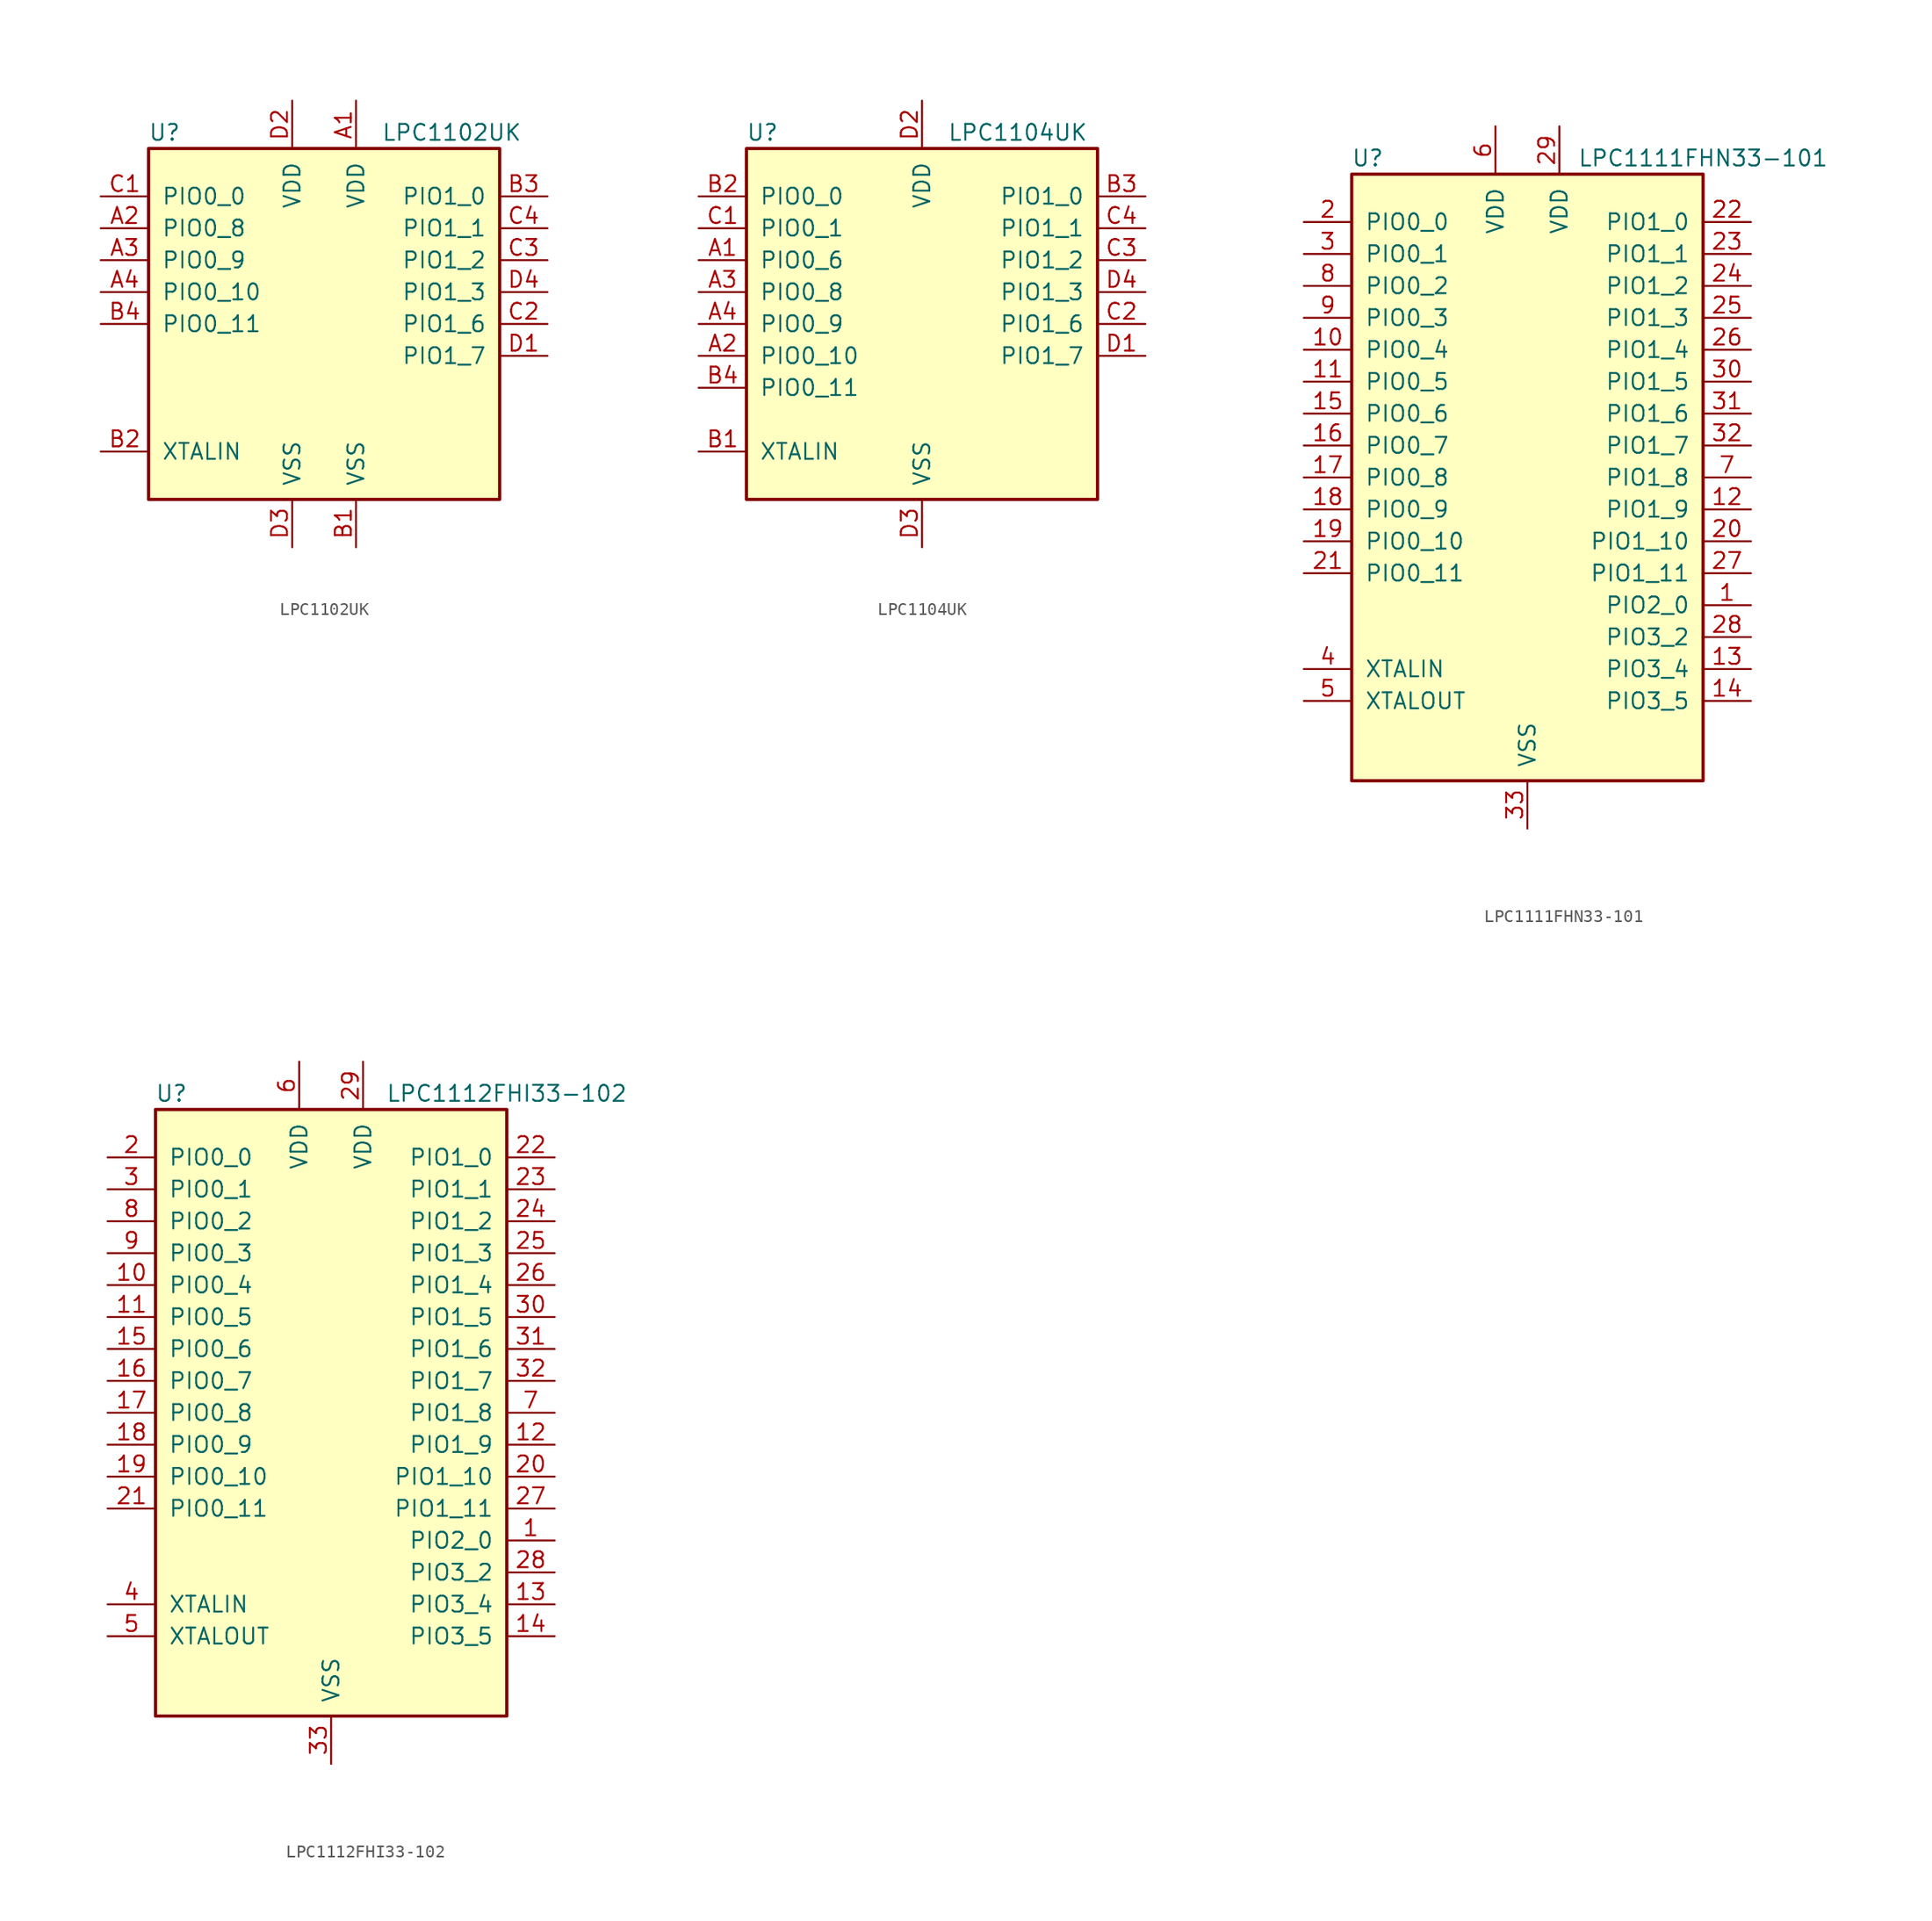
<source format=kicad_sym>
(kicad_symbol_lib
  (version 20201005)
  (generator kicad_symbol_editor)
  (symbol "LPC1102UK"
    (pin_names
      (offset 1.016))
    (property "Reference" "U"
      (at -12.7 15.24 0)
      (effects (font (size 1.27 1.27))))
    (property "Value" "LPC1102UK"
      (at 10.16 15.24 0)
      (effects (font (size 1.27 1.27))))
    (symbol "LPC1102UK_0_1"
      (rectangle (start -13.97 13.97) (end 13.97 -13.97) (stroke (width 0.254)) (fill (type background))))
    (symbol "LPC1102UK_1_1"
      (pin power_in line (at 2.54 17.78 270) (length 3.81) (name "VDD" (effects (font (size 1.27 1.27)))) (number "A1" (effects (font (size 1.27 1.27)))))
      (pin bidirectional line (at -17.78 7.62 0) (length 3.81) (name "PIO0_8" (effects (font (size 1.27 1.27)))) (number "A2" (effects (font (size 1.27 1.27)))))
      (pin bidirectional line (at -17.78 5.08 0) (length 3.81) (name "PIO0_9" (effects (font (size 1.27 1.27)))) (number "A3" (effects (font (size 1.27 1.27)))))
      (pin bidirectional line (at -17.78 2.54 0) (length 3.81) (name "PIO0_10" (effects (font (size 1.27 1.27)))) (number "A4" (effects (font (size 1.27 1.27)))))
      (pin power_in line (at 2.54 -17.78 90) (length 3.81) (name "VSS" (effects (font (size 1.27 1.27)))) (number "B1" (effects (font (size 1.27 1.27)))))
      (pin input line (at -17.78 -10.16 0) (length 3.81) (name "XTALIN" (effects (font (size 1.27 1.27)))) (number "B2" (effects (font (size 1.27 1.27)))))
      (pin bidirectional line (at 17.78 10.16 180) (length 3.81) (name "PIO1_0" (effects (font (size 1.27 1.27)))) (number "B3" (effects (font (size 1.27 1.27)))))
      (pin bidirectional line (at -17.78 0 0) (length 3.81) (name "PIO0_11" (effects (font (size 1.27 1.27)))) (number "B4" (effects (font (size 1.27 1.27)))))
      (pin bidirectional line (at -17.78 10.16 0) (length 3.81) (name "PIO0_0" (effects (font (size 1.27 1.27)))) (number "C1" (effects (font (size 1.27 1.27)))))
      (pin bidirectional line (at 17.78 0 180) (length 3.81) (name "PIO1_6" (effects (font (size 1.27 1.27)))) (number "C2" (effects (font (size 1.27 1.27)))))
      (pin bidirectional line (at 17.78 5.08 180) (length 3.81) (name "PIO1_2" (effects (font (size 1.27 1.27)))) (number "C3" (effects (font (size 1.27 1.27)))))
      (pin bidirectional line (at 17.78 7.62 180) (length 3.81) (name "PIO1_1" (effects (font (size 1.27 1.27)))) (number "C4" (effects (font (size 1.27 1.27)))))
      (pin bidirectional line (at 17.78 -2.54 180) (length 3.81) (name "PIO1_7" (effects (font (size 1.27 1.27)))) (number "D1" (effects (font (size 1.27 1.27)))))
      (pin power_in line (at -2.54 17.78 270) (length 3.81) (name "VDD" (effects (font (size 1.27 1.27)))) (number "D2" (effects (font (size 1.27 1.27)))))
      (pin power_in line (at -2.54 -17.78 90) (length 3.81) (name "VSS" (effects (font (size 1.27 1.27)))) (number "D3" (effects (font (size 1.27 1.27)))))
      (pin bidirectional line (at 17.78 2.54 180) (length 3.81) (name "PIO1_3" (effects (font (size 1.27 1.27)))) (number "D4" (effects (font (size 1.27 1.27)))))))
  (symbol "LPC1104UK"
    (pin_names
      (offset 1.016))
    (property "Reference" "U"
      (at -12.7 15.24 0)
      (effects (font (size 1.27 1.27))))
    (property "Value" "LPC1104UK"
      (at 7.62 15.24 0)
      (effects (font (size 1.27 1.27))))
    (symbol "LPC1104UK_0_1"
      (rectangle (start -13.97 13.97) (end 13.97 -13.97) (stroke (width 0.254)) (fill (type background))))
    (symbol "LPC1104UK_1_1"
      (pin bidirectional line (at -17.78 5.08 0) (length 3.81) (name "PIO0_6" (effects (font (size 1.27 1.27)))) (number "A1" (effects (font (size 1.27 1.27)))))
      (pin bidirectional line (at -17.78 -2.54 0) (length 3.81) (name "PIO0_10" (effects (font (size 1.27 1.27)))) (number "A2" (effects (font (size 1.27 1.27)))))
      (pin bidirectional line (at -17.78 2.54 0) (length 3.81) (name "PIO0_8" (effects (font (size 1.27 1.27)))) (number "A3" (effects (font (size 1.27 1.27)))))
      (pin bidirectional line (at -17.78 0 0) (length 3.81) (name "PIO0_9" (effects (font (size 1.27 1.27)))) (number "A4" (effects (font (size 1.27 1.27)))))
      (pin input line (at -17.78 -10.16 0) (length 3.81) (name "XTALIN" (effects (font (size 1.27 1.27)))) (number "B1" (effects (font (size 1.27 1.27)))))
      (pin bidirectional line (at -17.78 10.16 0) (length 3.81) (name "PIO0_0" (effects (font (size 1.27 1.27)))) (number "B2" (effects (font (size 1.27 1.27)))))
      (pin bidirectional line (at 17.78 10.16 180) (length 3.81) (name "PIO1_0" (effects (font (size 1.27 1.27)))) (number "B3" (effects (font (size 1.27 1.27)))))
      (pin bidirectional line (at -17.78 -5.08 0) (length 3.81) (name "PIO0_11" (effects (font (size 1.27 1.27)))) (number "B4" (effects (font (size 1.27 1.27)))))
      (pin bidirectional line (at -17.78 7.62 0) (length 3.81) (name "PIO0_1" (effects (font (size 1.27 1.27)))) (number "C1" (effects (font (size 1.27 1.27)))))
      (pin bidirectional line (at 17.78 0 180) (length 3.81) (name "PIO1_6" (effects (font (size 1.27 1.27)))) (number "C2" (effects (font (size 1.27 1.27)))))
      (pin bidirectional line (at 17.78 5.08 180) (length 3.81) (name "PIO1_2" (effects (font (size 1.27 1.27)))) (number "C3" (effects (font (size 1.27 1.27)))))
      (pin bidirectional line (at 17.78 7.62 180) (length 3.81) (name "PIO1_1" (effects (font (size 1.27 1.27)))) (number "C4" (effects (font (size 1.27 1.27)))))
      (pin bidirectional line (at 17.78 -2.54 180) (length 3.81) (name "PIO1_7" (effects (font (size 1.27 1.27)))) (number "D1" (effects (font (size 1.27 1.27)))))
      (pin power_in line (at 0 17.78 270) (length 3.81) (name "VDD" (effects (font (size 1.27 1.27)))) (number "D2" (effects (font (size 1.27 1.27)))))
      (pin power_in line (at 0 -17.78 90) (length 3.81) (name "VSS" (effects (font (size 1.27 1.27)))) (number "D3" (effects (font (size 1.27 1.27)))))
      (pin bidirectional line (at 17.78 2.54 180) (length 3.81) (name "PIO1_3" (effects (font (size 1.27 1.27)))) (number "D4" (effects (font (size 1.27 1.27)))))))
  (symbol "LPC1111FHN33-101"
    (pin_names
      (offset 1.016))
    (property "Reference" "U"
      (at -12.7 25.4 0)
      (effects (font (size 1.27 1.27))))
    (property "Value" "LPC1111FHN33-101"
      (at 13.97 25.4 0)
      (effects (font (size 1.27 1.27))))
    (symbol "LPC1111FHN33-101_0_1"
      (rectangle (start -13.97 24.13) (end 13.97 -24.13) (stroke (width 0.254)) (fill (type background))))
    (symbol "LPC1111FHN33-101_1_1"
      (pin bidirectional line (at 17.78 -10.16 180) (length 3.81) (name "PIO2_0" (effects (font (size 1.27 1.27)))) (number "1" (effects (font (size 1.27 1.27)))))
      (pin bidirectional line (at -17.78 10.16 0) (length 3.81) (name "PIO0_4" (effects (font (size 1.27 1.27)))) (number "10" (effects (font (size 1.27 1.27)))))
      (pin bidirectional line (at -17.78 7.62 0) (length 3.81) (name "PIO0_5" (effects (font (size 1.27 1.27)))) (number "11" (effects (font (size 1.27 1.27)))))
      (pin bidirectional line (at 17.78 -2.54 180) (length 3.81) (name "PIO1_9" (effects (font (size 1.27 1.27)))) (number "12" (effects (font (size 1.27 1.27)))))
      (pin bidirectional line (at 17.78 -15.24 180) (length 3.81) (name "PIO3_4" (effects (font (size 1.27 1.27)))) (number "13" (effects (font (size 1.27 1.27)))))
      (pin bidirectional line (at 17.78 -17.78 180) (length 3.81) (name "PIO3_5" (effects (font (size 1.27 1.27)))) (number "14" (effects (font (size 1.27 1.27)))))
      (pin bidirectional line (at -17.78 5.08 0) (length 3.81) (name "PIO0_6" (effects (font (size 1.27 1.27)))) (number "15" (effects (font (size 1.27 1.27)))))
      (pin bidirectional line (at -17.78 2.54 0) (length 3.81) (name "PIO0_7" (effects (font (size 1.27 1.27)))) (number "16" (effects (font (size 1.27 1.27)))))
      (pin bidirectional line (at -17.78 0 0) (length 3.81) (name "PIO0_8" (effects (font (size 1.27 1.27)))) (number "17" (effects (font (size 1.27 1.27)))))
      (pin bidirectional line (at -17.78 -2.54 0) (length 3.81) (name "PIO0_9" (effects (font (size 1.27 1.27)))) (number "18" (effects (font (size 1.27 1.27)))))
      (pin bidirectional line (at -17.78 -5.08 0) (length 3.81) (name "PIO0_10" (effects (font (size 1.27 1.27)))) (number "19" (effects (font (size 1.27 1.27)))))
      (pin bidirectional line (at -17.78 20.32 0) (length 3.81) (name "PIO0_0" (effects (font (size 1.27 1.27)))) (number "2" (effects (font (size 1.27 1.27)))))
      (pin bidirectional line (at 17.78 -5.08 180) (length 3.81) (name "PIO1_10" (effects (font (size 1.27 1.27)))) (number "20" (effects (font (size 1.27 1.27)))))
      (pin bidirectional line (at -17.78 -7.62 0) (length 3.81) (name "PIO0_11" (effects (font (size 1.27 1.27)))) (number "21" (effects (font (size 1.27 1.27)))))
      (pin bidirectional line (at 17.78 20.32 180) (length 3.81) (name "PIO1_0" (effects (font (size 1.27 1.27)))) (number "22" (effects (font (size 1.27 1.27)))))
      (pin bidirectional line (at 17.78 17.78 180) (length 3.81) (name "PIO1_1" (effects (font (size 1.27 1.27)))) (number "23" (effects (font (size 1.27 1.27)))))
      (pin bidirectional line (at 17.78 15.24 180) (length 3.81) (name "PIO1_2" (effects (font (size 1.27 1.27)))) (number "24" (effects (font (size 1.27 1.27)))))
      (pin bidirectional line (at 17.78 12.7 180) (length 3.81) (name "PIO1_3" (effects (font (size 1.27 1.27)))) (number "25" (effects (font (size 1.27 1.27)))))
      (pin bidirectional line (at 17.78 10.16 180) (length 3.81) (name "PIO1_4" (effects (font (size 1.27 1.27)))) (number "26" (effects (font (size 1.27 1.27)))))
      (pin bidirectional line (at 17.78 -7.62 180) (length 3.81) (name "PIO1_11" (effects (font (size 1.27 1.27)))) (number "27" (effects (font (size 1.27 1.27)))))
      (pin bidirectional line (at 17.78 -12.7 180) (length 3.81) (name "PIO3_2" (effects (font (size 1.27 1.27)))) (number "28" (effects (font (size 1.27 1.27)))))
      (pin power_in line (at 2.54 27.94 270) (length 3.81) (name "VDD" (effects (font (size 1.27 1.27)))) (number "29" (effects (font (size 1.27 1.27)))))
      (pin bidirectional line (at -17.78 17.78 0) (length 3.81) (name "PIO0_1" (effects (font (size 1.27 1.27)))) (number "3" (effects (font (size 1.27 1.27)))))
      (pin bidirectional line (at 17.78 7.62 180) (length 3.81) (name "PIO1_5" (effects (font (size 1.27 1.27)))) (number "30" (effects (font (size 1.27 1.27)))))
      (pin bidirectional line (at 17.78 5.08 180) (length 3.81) (name "PIO1_6" (effects (font (size 1.27 1.27)))) (number "31" (effects (font (size 1.27 1.27)))))
      (pin bidirectional line (at 17.78 2.54 180) (length 3.81) (name "PIO1_7" (effects (font (size 1.27 1.27)))) (number "32" (effects (font (size 1.27 1.27)))))
      (pin power_in line (at 0 -27.94 90) (length 3.81) (name "VSS" (effects (font (size 1.27 1.27)))) (number "33" (effects (font (size 1.27 1.27)))))
      (pin input line (at -17.78 -15.24 0) (length 3.81) (name "XTALIN" (effects (font (size 1.27 1.27)))) (number "4" (effects (font (size 1.27 1.27)))))
      (pin output line (at -17.78 -17.78 0) (length 3.81) (name "XTALOUT" (effects (font (size 1.27 1.27)))) (number "5" (effects (font (size 1.27 1.27)))))
      (pin power_in line (at -2.54 27.94 270) (length 3.81) (name "VDD" (effects (font (size 1.27 1.27)))) (number "6" (effects (font (size 1.27 1.27)))))
      (pin bidirectional line (at 17.78 0 180) (length 3.81) (name "PIO1_8" (effects (font (size 1.27 1.27)))) (number "7" (effects (font (size 1.27 1.27)))))
      (pin bidirectional line (at -17.78 15.24 0) (length 3.81) (name "PIO0_2" (effects (font (size 1.27 1.27)))) (number "8" (effects (font (size 1.27 1.27)))))
      (pin bidirectional line (at -17.78 12.7 0) (length 3.81) (name "PIO0_3" (effects (font (size 1.27 1.27)))) (number "9" (effects (font (size 1.27 1.27)))))))
  (symbol "LPC1112FHI33-102"
    (pin_names
      (offset 1.016))
    (property "Reference" "U"
      (at -12.7 25.4 0)
      (effects (font (size 1.27 1.27))))
    (property "Value" "LPC1112FHI33-102"
      (at 13.97 25.4 0)
      (effects (font (size 1.27 1.27))))
    (symbol "LPC1112FHI33-102_0_1"
      (rectangle (start -13.97 24.13) (end 13.97 -24.13) (stroke (width 0.254)) (fill (type background))))
    (symbol "LPC1112FHI33-102_1_1"
      (pin bidirectional line (at 17.78 -10.16 180) (length 3.81) (name "PIO2_0" (effects (font (size 1.27 1.27)))) (number "1" (effects (font (size 1.27 1.27)))))
      (pin bidirectional line (at -17.78 10.16 0) (length 3.81) (name "PIO0_4" (effects (font (size 1.27 1.27)))) (number "10" (effects (font (size 1.27 1.27)))))
      (pin bidirectional line (at -17.78 7.62 0) (length 3.81) (name "PIO0_5" (effects (font (size 1.27 1.27)))) (number "11" (effects (font (size 1.27 1.27)))))
      (pin bidirectional line (at 17.78 -2.54 180) (length 3.81) (name "PIO1_9" (effects (font (size 1.27 1.27)))) (number "12" (effects (font (size 1.27 1.27)))))
      (pin bidirectional line (at 17.78 -15.24 180) (length 3.81) (name "PIO3_4" (effects (font (size 1.27 1.27)))) (number "13" (effects (font (size 1.27 1.27)))))
      (pin bidirectional line (at 17.78 -17.78 180) (length 3.81) (name "PIO3_5" (effects (font (size 1.27 1.27)))) (number "14" (effects (font (size 1.27 1.27)))))
      (pin bidirectional line (at -17.78 5.08 0) (length 3.81) (name "PIO0_6" (effects (font (size 1.27 1.27)))) (number "15" (effects (font (size 1.27 1.27)))))
      (pin bidirectional line (at -17.78 2.54 0) (length 3.81) (name "PIO0_7" (effects (font (size 1.27 1.27)))) (number "16" (effects (font (size 1.27 1.27)))))
      (pin bidirectional line (at -17.78 0 0) (length 3.81) (name "PIO0_8" (effects (font (size 1.27 1.27)))) (number "17" (effects (font (size 1.27 1.27)))))
      (pin bidirectional line (at -17.78 -2.54 0) (length 3.81) (name "PIO0_9" (effects (font (size 1.27 1.27)))) (number "18" (effects (font (size 1.27 1.27)))))
      (pin bidirectional line (at -17.78 -5.08 0) (length 3.81) (name "PIO0_10" (effects (font (size 1.27 1.27)))) (number "19" (effects (font (size 1.27 1.27)))))
      (pin bidirectional line (at -17.78 20.32 0) (length 3.81) (name "PIO0_0" (effects (font (size 1.27 1.27)))) (number "2" (effects (font (size 1.27 1.27)))))
      (pin bidirectional line (at 17.78 -5.08 180) (length 3.81) (name "PIO1_10" (effects (font (size 1.27 1.27)))) (number "20" (effects (font (size 1.27 1.27)))))
      (pin bidirectional line (at -17.78 -7.62 0) (length 3.81) (name "PIO0_11" (effects (font (size 1.27 1.27)))) (number "21" (effects (font (size 1.27 1.27)))))
      (pin bidirectional line (at 17.78 20.32 180) (length 3.81) (name "PIO1_0" (effects (font (size 1.27 1.27)))) (number "22" (effects (font (size 1.27 1.27)))))
      (pin bidirectional line (at 17.78 17.78 180) (length 3.81) (name "PIO1_1" (effects (font (size 1.27 1.27)))) (number "23" (effects (font (size 1.27 1.27)))))
      (pin bidirectional line (at 17.78 15.24 180) (length 3.81) (name "PIO1_2" (effects (font (size 1.27 1.27)))) (number "24" (effects (font (size 1.27 1.27)))))
      (pin bidirectional line (at 17.78 12.7 180) (length 3.81) (name "PIO1_3" (effects (font (size 1.27 1.27)))) (number "25" (effects (font (size 1.27 1.27)))))
      (pin bidirectional line (at 17.78 10.16 180) (length 3.81) (name "PIO1_4" (effects (font (size 1.27 1.27)))) (number "26" (effects (font (size 1.27 1.27)))))
      (pin bidirectional line (at 17.78 -7.62 180) (length 3.81) (name "PIO1_11" (effects (font (size 1.27 1.27)))) (number "27" (effects (font (size 1.27 1.27)))))
      (pin bidirectional line (at 17.78 -12.7 180) (length 3.81) (name "PIO3_2" (effects (font (size 1.27 1.27)))) (number "28" (effects (font (size 1.27 1.27)))))
      (pin power_in line (at 2.54 27.94 270) (length 3.81) (name "VDD" (effects (font (size 1.27 1.27)))) (number "29" (effects (font (size 1.27 1.27)))))
      (pin bidirectional line (at -17.78 17.78 0) (length 3.81) (name "PIO0_1" (effects (font (size 1.27 1.27)))) (number "3" (effects (font (size 1.27 1.27)))))
      (pin bidirectional line (at 17.78 7.62 180) (length 3.81) (name "PIO1_5" (effects (font (size 1.27 1.27)))) (number "30" (effects (font (size 1.27 1.27)))))
      (pin bidirectional line (at 17.78 5.08 180) (length 3.81) (name "PIO1_6" (effects (font (size 1.27 1.27)))) (number "31" (effects (font (size 1.27 1.27)))))
      (pin bidirectional line (at 17.78 2.54 180) (length 3.81) (name "PIO1_7" (effects (font (size 1.27 1.27)))) (number "32" (effects (font (size 1.27 1.27)))))
      (pin power_in line (at 0 -27.94 90) (length 3.81) (name "VSS" (effects (font (size 1.27 1.27)))) (number "33" (effects (font (size 1.27 1.27)))))
      (pin input line (at -17.78 -15.24 0) (length 3.81) (name "XTALIN" (effects (font (size 1.27 1.27)))) (number "4" (effects (font (size 1.27 1.27)))))
      (pin output line (at -17.78 -17.78 0) (length 3.81) (name "XTALOUT" (effects (font (size 1.27 1.27)))) (number "5" (effects (font (size 1.27 1.27)))))
      (pin power_in line (at -2.54 27.94 270) (length 3.81) (name "VDD" (effects (font (size 1.27 1.27)))) (number "6" (effects (font (size 1.27 1.27)))))
      (pin bidirectional line (at 17.78 0 180) (length 3.81) (name "PIO1_8" (effects (font (size 1.27 1.27)))) (number "7" (effects (font (size 1.27 1.27)))))
      (pin bidirectional line (at -17.78 15.24 0) (length 3.81) (name "PIO0_2" (effects (font (size 1.27 1.27)))) (number "8" (effects (font (size 1.27 1.27)))))
      (pin bidirectional line (at -17.78 12.7 0) (length 3.81) (name "PIO0_3" (effects (font (size 1.27 1.27)))) (number "9" (effects (font (size 1.27 1.27))))))))
</source>
